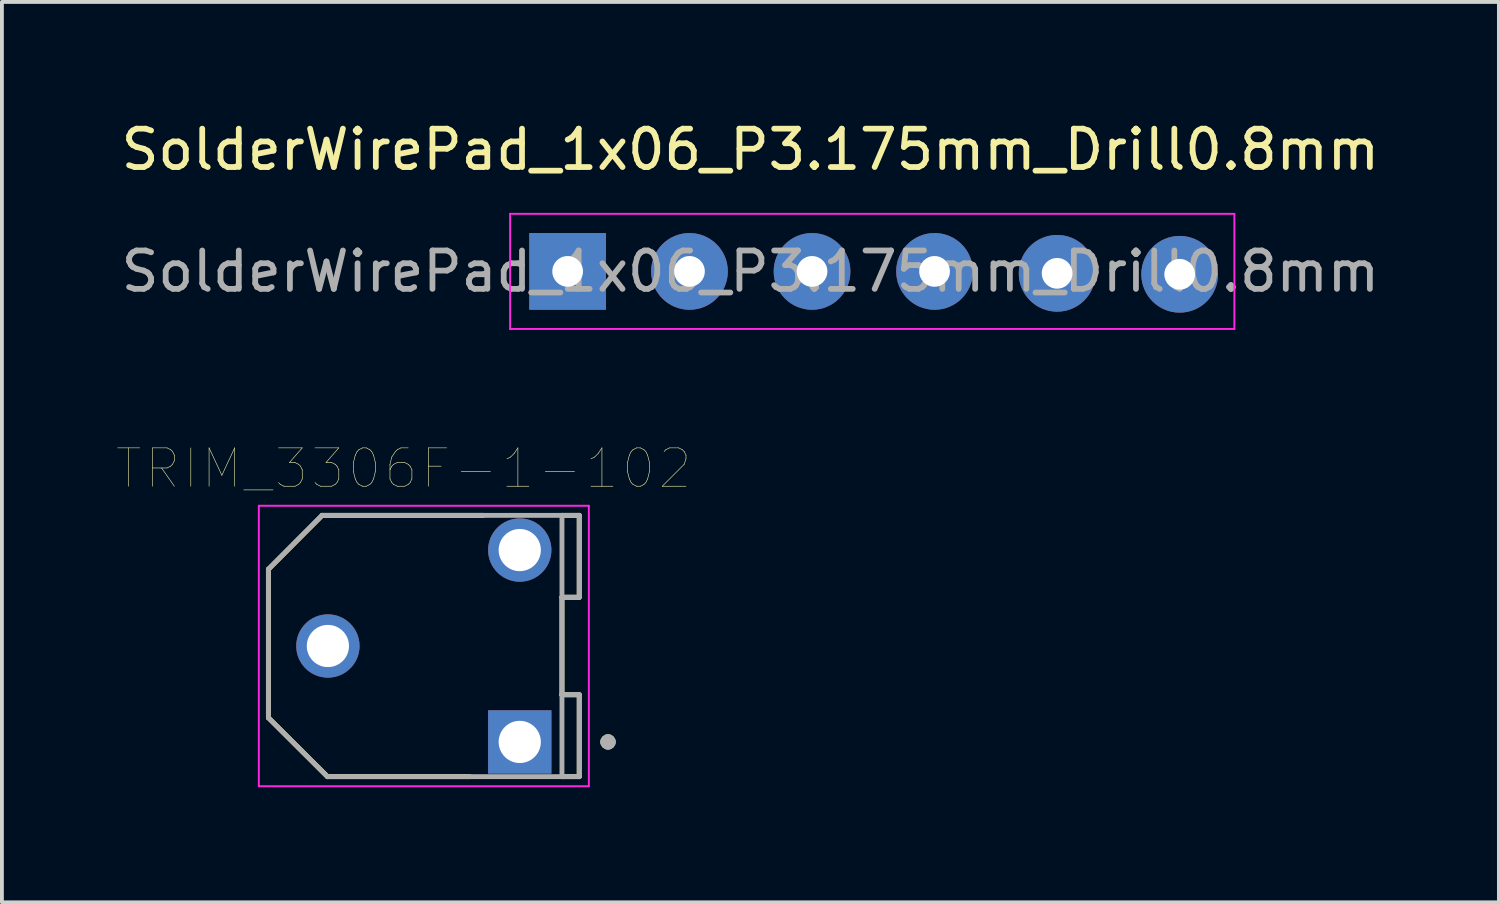
<source format=kicad_pcb>
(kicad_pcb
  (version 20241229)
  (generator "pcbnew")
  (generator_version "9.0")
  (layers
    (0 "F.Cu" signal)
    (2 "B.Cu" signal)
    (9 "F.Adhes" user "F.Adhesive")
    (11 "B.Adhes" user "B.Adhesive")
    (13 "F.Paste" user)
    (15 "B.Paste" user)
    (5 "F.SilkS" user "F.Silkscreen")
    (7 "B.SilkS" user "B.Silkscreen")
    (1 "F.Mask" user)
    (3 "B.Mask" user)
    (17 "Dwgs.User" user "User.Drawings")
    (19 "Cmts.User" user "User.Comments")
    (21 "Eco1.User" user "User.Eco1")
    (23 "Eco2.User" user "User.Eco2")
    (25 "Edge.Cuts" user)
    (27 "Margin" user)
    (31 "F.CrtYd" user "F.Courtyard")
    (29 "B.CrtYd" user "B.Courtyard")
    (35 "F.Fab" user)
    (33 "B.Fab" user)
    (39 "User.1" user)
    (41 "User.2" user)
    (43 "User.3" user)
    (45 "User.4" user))
  (footprint "SolderWirePad_1x06_P3.175mm_Drill0.8mm"
    (layer "F.Cu")
    (at 11.743 4.023)
    (property "Reference" "SolderWirePad_1x06_P3.175mm_Drill0.8mm" (at 4.763 -3.175 0) (layer "F.SilkS") (effects (font (size 1 1) (thickness 0.15))))
    (attr exclude_from_pos_files exclude_from_bom)
    (fp_line (start -1.5 -1.5) (end -1.5 1.5) (stroke (width 0.05) (type solid)) (layer "F.CrtYd"))
    (fp_line (start -1.5 -1.5) (end 17.375 -1.5) (stroke (width 0.05) (type solid)) (layer "F.CrtYd"))
    (fp_line (start 17.375 1.5) (end -1.5 1.5) (stroke (width 0.05) (type solid)) (layer "F.CrtYd"))
    (fp_line (start 17.375 1.5) (end 17.375 -1.5) (stroke (width 0.05) (type solid)) (layer "F.CrtYd"))
    (fp_text user "${REFERENCE}" (at 4.763 0 0) (layer "F.Fab") (effects (font (size 1 1) (thickness 0.15))))
    (pad "1" thru_hole rect (at 0 0) (size 1.999 1.999) (drill 0.8) (layers "*.Cu" "*.Mask"))
    (pad "2" thru_hole circle (at 3.175 0) (size 1.999 1.999) (drill 0.8) (layers "*.Cu" "*.Mask"))
    (pad "3" thru_hole circle (at 6.369 0) (size 1.999 1.999) (drill 0.8) (layers "*.Cu" "*.Mask"))
    (pad "4" thru_hole circle (at 9.562 0) (size 1.999 1.999) (drill 0.8) (layers "*.Cu" "*.Mask"))
    (pad "5" thru_hole circle (at 12.756 0.05) (size 1.999 1.999) (drill 0.8) (layers "*.Cu" "*.Mask"))
    (pad "6" thru_hole circle (at 15.95 0.075) (size 1.999 1.999) (drill 0.8) (layers "*.Cu" "*.Mask")))
  (footprint "TRIM_3306F-1-102"
    (layer "F.Cu")
    (at 7.995 13.785)
    (property "Reference" "TRIM_3306F-1-102" (at -0.525 -4.625 0) (layer "F.SilkS") (effects (font (size 1 1) (thickness 0.015))))
    (attr through_hole)
    (fp_line (start -4.05 -2) (end -4.05 1.87) (stroke (width 0.127) (type solid)) (layer "F.SilkS"))
    (fp_line (start -4.05 1.87) (end -2.51 3.405) (stroke (width 0.127) (type solid)) (layer "F.SilkS"))
    (fp_line (start -2.65 -3.405) (end -4.05 -2) (stroke (width 0.127) (type solid)) (layer "F.SilkS"))
    (fp_line (start -2.51 3.405) (end 1.2 3.405) (stroke (width 0.127) (type solid)) (layer "F.SilkS"))
    (fp_line (start 1.55 -3.405) (end -2.65 -3.405) (stroke (width 0.127) (type solid)) (layer "F.SilkS"))
    (fp_line (start 3.6 -3.405) (end 4.05 -3.405) (stroke (width 0.127) (type solid)) (layer "F.SilkS"))
    (fp_line (start 3.6 -1.27) (end 3.6 1.27) (stroke (width 0.127) (type solid)) (layer "F.SilkS"))
    (fp_line (start 3.6 1.27) (end 4.05 1.27) (stroke (width 0.127) (type solid)) (layer "F.SilkS"))
    (fp_line (start 3.6 1.28) (end 3.6 1.27) (stroke (width 0.127) (type solid)) (layer "F.SilkS"))
    (fp_line (start 4.05 -3.405) (end 4.05 -1.27) (stroke (width 0.127) (type solid)) (layer "F.SilkS"))
    (fp_line (start 4.05 -1.27) (end 3.6 -1.27) (stroke (width 0.127) (type solid)) (layer "F.SilkS"))
    (fp_line (start 4.05 1.27) (end 4.05 3.405) (stroke (width 0.127) (type solid)) (layer "F.SilkS"))
    (fp_line (start 4.05 3.405) (end 3.6 3.405) (stroke (width 0.127) (type solid)) (layer "F.SilkS"))
    (fp_circle (center 4.8 2.5) (end 4.9 2.5) (stroke (width 0.2) (type solid)) (fill no) (layer "F.SilkS"))
    (fp_line (start -4.3 -3.655) (end 4.3 -3.655) (stroke (width 0.05) (type solid)) (layer "F.CrtYd"))
    (fp_line (start -4.3 3.655) (end -4.3 -3.655) (stroke (width 0.05) (type solid)) (layer "F.CrtYd"))
    (fp_line (start 4.3 -3.655) (end 4.3 3.655) (stroke (width 0.05) (type solid)) (layer "F.CrtYd"))
    (fp_line (start 4.3 3.655) (end -4.3 3.655) (stroke (width 0.05) (type solid)) (layer "F.CrtYd"))
    (fp_line (start -4.05 -2) (end -4.05 1.87) (stroke (width 0.127) (type solid)) (layer "F.Fab"))
    (fp_line (start -4.05 1.87) (end -2.51 3.405) (stroke (width 0.127) (type solid)) (layer "F.Fab"))
    (fp_line (start -2.65 -3.405) (end -4.05 -2) (stroke (width 0.127) (type solid)) (layer "F.Fab"))
    (fp_line (start -2.51 3.405) (end 3.6 3.405) (stroke (width 0.127) (type solid)) (layer "F.Fab"))
    (fp_line (start 3.6 -3.405) (end -2.65 -3.405) (stroke (width 0.127) (type solid)) (layer "F.Fab"))
    (fp_line (start 3.6 -3.405) (end 4.05 -3.405) (stroke (width 0.127) (type solid)) (layer "F.Fab"))
    (fp_line (start 3.6 -1.27) (end 3.6 -3.405) (stroke (width 0.127) (type solid)) (layer "F.Fab"))
    (fp_line (start 3.6 1.27) (end 3.6 -1.27) (stroke (width 0.127) (type solid)) (layer "F.Fab"))
    (fp_line (start 3.6 1.27) (end 4.05 1.27) (stroke (width 0.127) (type solid)) (layer "F.Fab"))
    (fp_line (start 3.6 3.405) (end 3.6 1.27) (stroke (width 0.127) (type solid)) (layer "F.Fab"))
    (fp_line (start 4.05 -3.405) (end 4.05 -1.27) (stroke (width 0.127) (type solid)) (layer "F.Fab"))
    (fp_line (start 4.05 -1.27) (end 3.6 -1.27) (stroke (width 0.127) (type solid)) (layer "F.Fab"))
    (fp_line (start 4.05 1.27) (end 4.05 3.405) (stroke (width 0.127) (type solid)) (layer "F.Fab"))
    (fp_line (start 4.05 3.405) (end 3.6 3.405) (stroke (width 0.127) (type solid)) (layer "F.Fab"))
    (fp_circle (center 4.8 2.5) (end 4.9 2.5) (stroke (width 0.2) (type solid)) (fill no) (layer "F.Fab"))
    (pad "1" thru_hole rect (at 2.5 2.5) (size 1.65 1.65) (drill 1.1) (layers "*.Cu" "*.Mask"))
    (pad "2" thru_hole circle (at -2.5 0) (size 1.65 1.65) (drill 1.1) (layers "*.Cu" "*.Mask"))
    (pad "3" thru_hole circle (at 2.5 -2.5) (size 1.65 1.65) (drill 1.1) (layers "*.Cu" "*.Mask")))
  (gr_rect
    (start -3 -3)
    (end 36.012 20.465)
    (stroke (width 0.1) (type default))
    (fill no)
    (layer "Edge.Cuts")))
</source>
